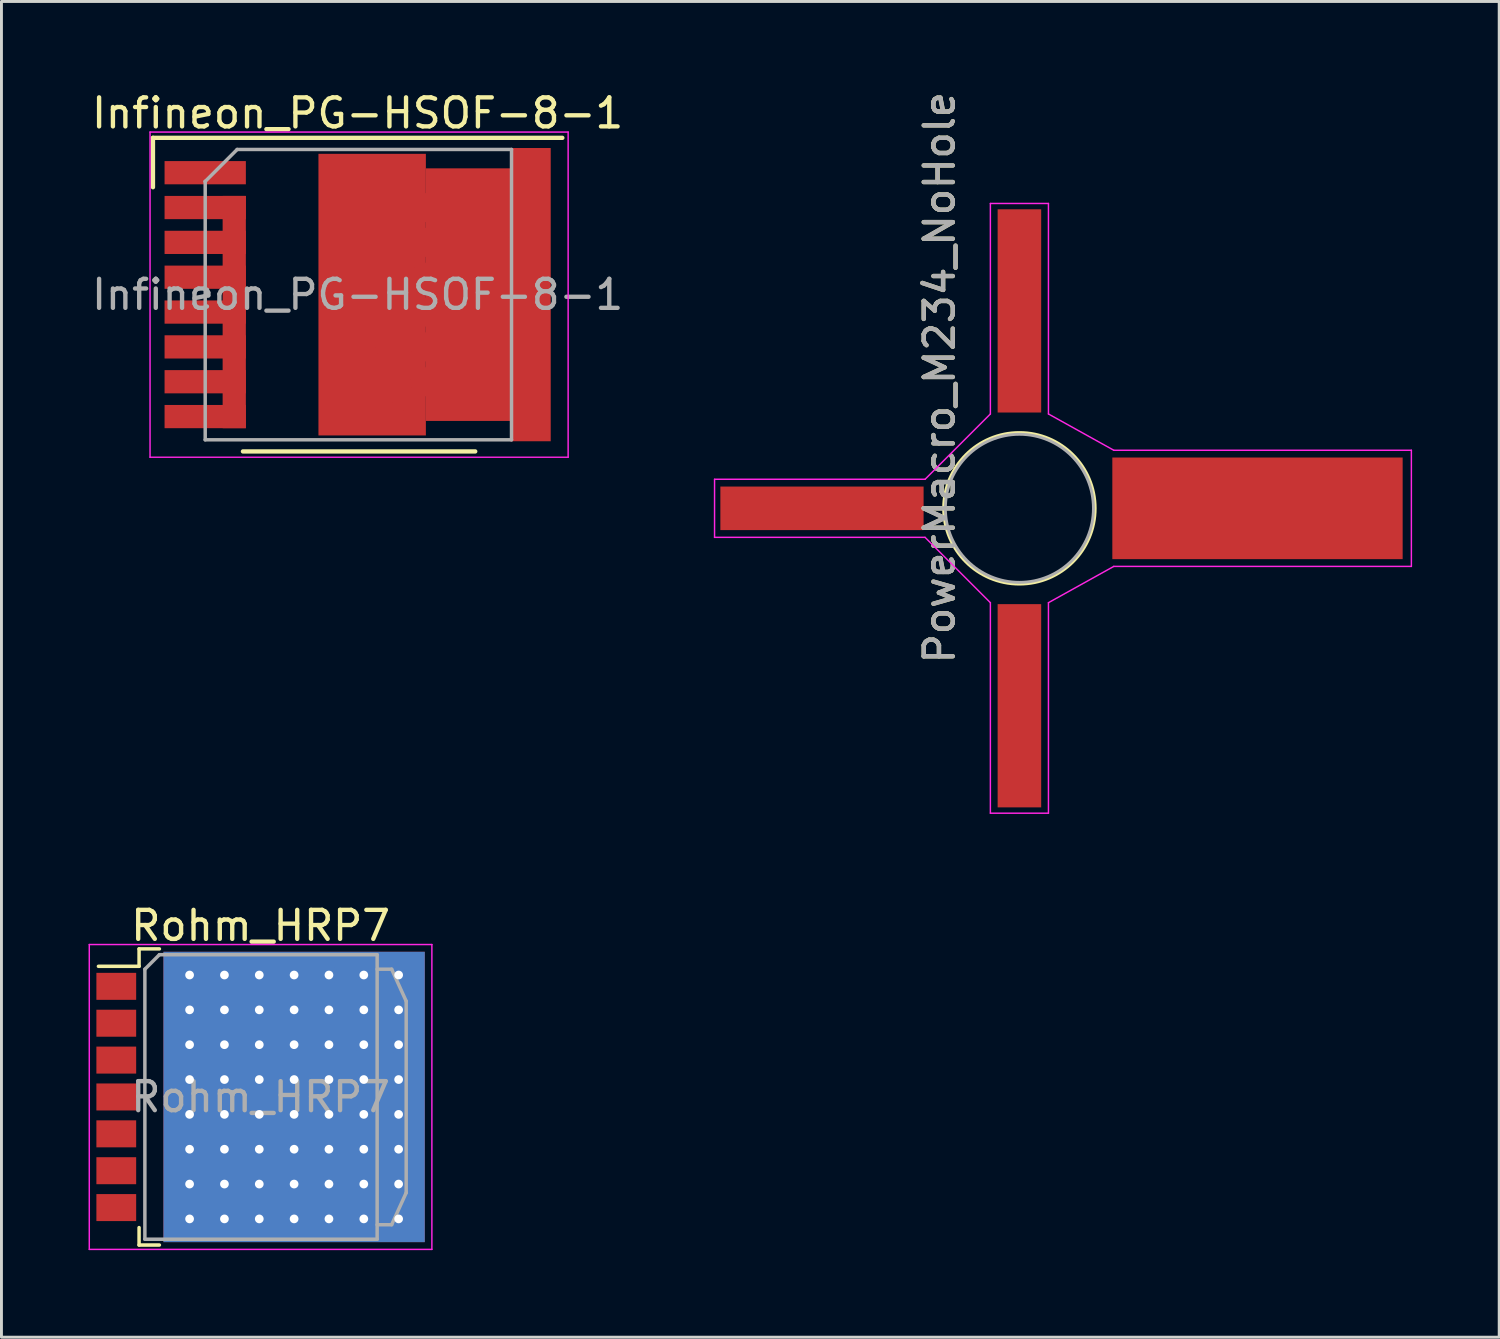
<source format=kicad_pcb>
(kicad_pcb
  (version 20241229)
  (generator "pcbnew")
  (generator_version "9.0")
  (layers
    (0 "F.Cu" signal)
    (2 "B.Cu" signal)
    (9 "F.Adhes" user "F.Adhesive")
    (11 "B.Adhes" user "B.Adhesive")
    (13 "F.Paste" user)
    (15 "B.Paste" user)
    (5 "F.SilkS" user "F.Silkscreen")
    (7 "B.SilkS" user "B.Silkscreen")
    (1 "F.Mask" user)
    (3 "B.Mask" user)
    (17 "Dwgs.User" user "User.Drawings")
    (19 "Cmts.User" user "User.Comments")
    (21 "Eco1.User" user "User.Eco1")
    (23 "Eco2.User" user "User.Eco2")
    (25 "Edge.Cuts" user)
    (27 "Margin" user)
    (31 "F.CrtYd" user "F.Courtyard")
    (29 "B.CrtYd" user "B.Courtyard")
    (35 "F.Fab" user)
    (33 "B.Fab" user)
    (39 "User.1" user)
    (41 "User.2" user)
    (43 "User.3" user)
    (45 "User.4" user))
  (footprint "PowerMacro_M234_NoHole"
    (layer "F.Cu")
    (at 32.761 14.458)
    (property "Reference" "PowerMacro_M234_NoHole" (at -3.45 -4.5 90) (layer "F.SilkS") (effects (font (size 1 1) (thickness 0.15))))
    (attr smd)
    (fp_circle (center -0.7 0) (end -0.7 -2.6) (stroke (width 0.12) (type solid)) (fill no) (layer "F.SilkS"))
    (fp_line (start -11.2 -1) (end -11.2 1) (stroke (width 0.05) (type solid)) (layer "F.CrtYd"))
    (fp_line (start -11.2 1) (end -3.95 1) (stroke (width 0.05) (type solid)) (layer "F.CrtYd"))
    (fp_line (start -3.95 -1) (end -11.2 -1) (stroke (width 0.05) (type solid)) (layer "F.CrtYd"))
    (fp_line (start -3.95 1) (end -1.7 3.25) (stroke (width 0.05) (type solid)) (layer "F.CrtYd"))
    (fp_line (start -1.7 -10.5) (end -1.7 -3.25) (stroke (width 0.05) (type solid)) (layer "F.CrtYd"))
    (fp_line (start -1.7 -3.25) (end -3.95 -1) (stroke (width 0.05) (type solid)) (layer "F.CrtYd"))
    (fp_line (start -1.7 3.25) (end -1.7 10.5) (stroke (width 0.05) (type solid)) (layer "F.CrtYd"))
    (fp_line (start -1.7 10.5) (end 0.3 10.5) (stroke (width 0.05) (type solid)) (layer "F.CrtYd"))
    (fp_line (start 0.3 -10.5) (end -1.7 -10.5) (stroke (width 0.05) (type solid)) (layer "F.CrtYd"))
    (fp_line (start 0.3 -3.25) (end 0.3 -10.5) (stroke (width 0.05) (type solid)) (layer "F.CrtYd"))
    (fp_line (start 0.3 3.25) (end 2.55 2) (stroke (width 0.05) (type solid)) (layer "F.CrtYd"))
    (fp_line (start 0.3 10.5) (end 0.3 3.25) (stroke (width 0.05) (type solid)) (layer "F.CrtYd"))
    (fp_line (start 2.55 -2) (end 0.3 -3.25) (stroke (width 0.05) (type solid)) (layer "F.CrtYd"))
    (fp_line (start 2.55 2) (end 12.8 2) (stroke (width 0.05) (type solid)) (layer "F.CrtYd"))
    (fp_line (start 12.8 -2) (end 2.55 -2) (stroke (width 0.05) (type solid)) (layer "F.CrtYd"))
    (fp_line (start 12.8 2) (end 12.8 -2) (stroke (width 0.05) (type solid)) (layer "F.CrtYd"))
    (fp_circle (center -0.7 0) (end -0.7 -2.55) (stroke (width 0.1) (type solid)) (fill no) (layer "F.Fab"))
    (fp_text user "${REFERENCE}" (at -3.45 -4.5 90) (layer "F.Fab") (effects (font (size 1 1) (thickness 0.15))))
    (pad "1" smd rect (at -7.5 0 90) (size 1.5 7) (layers "F.Cu" "F.Mask" "F.Paste"))
    (pad "2" smd rect (at -0.7 6.8 90) (size 7 1.5) (layers "F.Cu" "F.Mask" "F.Paste"))
    (pad "3" smd rect (at 7.5 0 90) (size 3.5 10) (layers "F.Cu" "F.Mask" "F.Paste"))
    (pad "4" smd rect (at -0.7 -6.8 90) (size 7 1.5) (layers "F.Cu" "F.Mask" "F.Paste")))
  (footprint "Infineon_PG-HSOF-8-1"
    (layer "F.Cu")
    (at 9.268 7.098)
    (property "Reference" "Infineon_PG-HSOF-8-1" (at 0 -6.25 0) (layer "F.SilkS") (effects (font (size 1 1) (thickness 0.15))))
    (attr smd)
    (fp_line (start -7.05 -5.4) (end -7.05 -3.7) (stroke (width 0.15) (type solid)) (layer "F.SilkS"))
    (fp_line (start -3.95 5.4) (end 4.05 5.4) (stroke (width 0.15) (type solid)) (layer "F.SilkS"))
    (fp_line (start 7.05 -5.4) (end -7.05 -5.4) (stroke (width 0.15) (type solid)) (layer "F.SilkS"))
    (fp_line (start -7.15 5.6) (end -7.15 -5.6) (stroke (width 0.05) (type solid)) (layer "F.CrtYd"))
    (fp_line (start -7.15 5.6) (end 7.25 5.6) (stroke (width 0.05) (type solid)) (layer "F.CrtYd"))
    (fp_line (start 7.25 -5.6) (end -7.15 -5.6) (stroke (width 0.05) (type solid)) (layer "F.CrtYd"))
    (fp_line (start 7.25 -5.6) (end 7.25 5.6) (stroke (width 0.05) (type solid)) (layer "F.CrtYd"))
    (fp_line (start -5.25 -3.9) (end -5.25 -3.9) (stroke (width 0.12) (type solid)) (layer "F.Fab"))
    (fp_line (start -5.25 5) (end -5.25 -3.9) (stroke (width 0.12) (type solid)) (layer "F.Fab"))
    (fp_line (start -4.15 -5) (end -5.25 -3.9) (stroke (width 0.12) (type solid)) (layer "F.Fab"))
    (fp_line (start -4.15 -5) (end 5.3 -5) (stroke (width 0.12) (type solid)) (layer "F.Fab"))
    (fp_line (start 5.3 -5) (end 5.3 5) (stroke (width 0.12) (type solid)) (layer "F.Fab"))
    (fp_line (start 5.3 5) (end -5.25 5) (stroke (width 0.12) (type solid)) (layer "F.Fab"))
    (fp_text user "${REFERENCE}" (at 0 0 0) (layer "F.Fab") (effects (font (size 1 1) (thickness 0.15))))
    (pad "1" smd rect (at -5.25 -4.2 270) (size 0.8 2.8) (layers "F.Cu" "F.Mask" "F.Paste"))
    (pad "2" smd rect (at -5.25 -3 270) (size 0.8 2.8) (layers "F.Cu" "F.Mask" "F.Paste"))
    (pad "2" smd rect (at -5.25 -1.8 270) (size 0.8 2.8) (layers "F.Cu" "F.Mask" "F.Paste"))
    (pad "2" smd rect (at -5.25 -0.6 270) (size 0.8 2.8) (layers "F.Cu" "F.Mask" "F.Paste"))
    (pad "2" smd rect (at -5.25 0.6 270) (size 0.8 2.8) (layers "F.Cu" "F.Mask" "F.Paste"))
    (pad "2" smd rect (at -5.25 1.8 270) (size 0.8 2.8) (layers "F.Cu" "F.Mask" "F.Paste"))
    (pad "2" smd rect (at -5.25 3 270) (size 0.8 2.8) (layers "F.Cu" "F.Mask" "F.Paste"))
    (pad "2" smd rect (at -5.25 4.2 270) (size 0.8 2.8) (layers "F.Cu" "F.Mask" "F.Paste"))
    (pad "2" smd rect (at -4.25 0.6 270) (size 8 0.8) (layers "F.Cu" "F.Mask"))
    (pad "3" smd circle (at -0.08 -4.2 270) (size 1 1) (layers "F.Cu" "F.Mask" "F.Paste"))
    (pad "3" smd circle (at -0.08 -3 270) (size 1 1) (layers "F.Cu" "F.Mask" "F.Paste"))
    (pad "3" smd circle (at -0.08 -1.8 270) (size 1 1) (layers "F.Cu" "F.Mask" "F.Paste"))
    (pad "3" smd circle (at -0.08 -0.6 270) (size 1 1) (layers "F.Cu" "F.Mask" "F.Paste"))
    (pad "3" smd circle (at -0.08 0.6 270) (size 1 1) (layers "F.Cu" "F.Mask" "F.Paste"))
    (pad "3" smd circle (at -0.08 1.8 270) (size 1 1) (layers "F.Cu" "F.Mask" "F.Paste"))
    (pad "3" smd circle (at -0.08 3 270) (size 1 1) (layers "F.Cu" "F.Mask" "F.Paste"))
    (pad "3" smd circle (at -0.08 4.2 270) (size 1 1) (layers "F.Cu" "F.Mask" "F.Paste"))
    (pad "3" smd rect (at 0.5 0 270) (size 9.7 3.7) (layers "F.Cu" "F.Mask"))
    (pad "3" smd circle (at 1.12 -4.2 270) (size 1 1) (layers "F.Cu" "F.Mask" "F.Paste"))
    (pad "3" smd circle (at 1.12 -3 270) (size 1 1) (layers "F.Cu" "F.Mask" "F.Paste"))
    (pad "3" smd circle (at 1.12 -1.8 270) (size 1 1) (layers "F.Cu" "F.Mask" "F.Paste"))
    (pad "3" smd circle (at 1.12 -0.6 270) (size 1 1) (layers "F.Cu" "F.Mask" "F.Paste"))
    (pad "3" smd circle (at 1.12 0.6 270) (size 1 1) (layers "F.Cu" "F.Mask" "F.Paste"))
    (pad "3" smd circle (at 1.12 1.8 270) (size 1 1) (layers "F.Cu" "F.Mask" "F.Paste"))
    (pad "3" smd circle (at 1.12 3 270) (size 1 1) (layers "F.Cu" "F.Mask" "F.Paste"))
    (pad "3" smd circle (at 1.12 4.2 270) (size 1 1) (layers "F.Cu" "F.Mask" "F.Paste"))
    (pad "3" smd circle (at 2.32 -3 270) (size 1 1) (layers "F.Cu" "F.Mask" "F.Paste"))
    (pad "3" smd circle (at 2.32 -1.8 270) (size 1 1) (layers "F.Cu" "F.Mask" "F.Paste"))
    (pad "3" smd circle (at 2.32 -0.6 270) (size 1 1) (layers "F.Cu" "F.Mask" "F.Paste"))
    (pad "3" smd circle (at 2.32 0.6 270) (size 1 1) (layers "F.Cu" "F.Mask" "F.Paste"))
    (pad "3" smd circle (at 2.32 1.8 270) (size 1 1) (layers "F.Cu" "F.Mask" "F.Paste"))
    (pad "3" smd circle (at 2.32 3 270) (size 1 1) (layers "F.Cu" "F.Mask" "F.Paste"))
    (pad "3" smd circle (at 3.52 -3 270) (size 1 1) (layers "F.Cu" "F.Mask" "F.Paste"))
    (pad "3" smd circle (at 3.52 -1.8 270) (size 1 1) (layers "F.Cu" "F.Mask" "F.Paste"))
    (pad "3" smd circle (at 3.52 -0.6 270) (size 1 1) (layers "F.Cu" "F.Mask" "F.Paste"))
    (pad "3" smd circle (at 3.52 0.6 270) (size 1 1) (layers "F.Cu" "F.Mask" "F.Paste"))
    (pad "3" smd circle (at 3.52 1.8 270) (size 1 1) (layers "F.Cu" "F.Mask" "F.Paste"))
    (pad "3" smd circle (at 3.52 3 270) (size 1 1) (layers "F.Cu" "F.Mask" "F.Paste"))
    (pad "3" smd rect (at 3.8 0 270) (size 8.7 2.9) (layers "F.Cu" "F.Mask"))
    (pad "3" smd circle (at 4.72 -3 270) (size 1 1) (layers "F.Cu" "F.Mask" "F.Paste"))
    (pad "3" smd circle (at 4.72 -1.8 270) (size 1 1) (layers "F.Cu" "F.Mask" "F.Paste"))
    (pad "3" smd circle (at 4.72 -0.6 270) (size 1 1) (layers "F.Cu" "F.Mask" "F.Paste"))
    (pad "3" smd circle (at 4.72 0.6 270) (size 1 1) (layers "F.Cu" "F.Mask" "F.Paste"))
    (pad "3" smd circle (at 4.72 1.8 270) (size 1 1) (layers "F.Cu" "F.Mask" "F.Paste"))
    (pad "3" smd circle (at 4.72 3 270) (size 1 1) (layers "F.Cu" "F.Mask" "F.Paste"))
    (pad "3" smd rect (at 5.95 0 270) (size 10.1 1.4) (layers "F.Cu" "F.Mask"))
    (pad "3" smd circle (at 6.02 -4.2 270) (size 1 1) (layers "F.Cu" "F.Mask" "F.Paste"))
    (pad "3" smd circle (at 6.02 -3 270) (size 1 1) (layers "F.Cu" "F.Mask" "F.Paste"))
    (pad "3" smd circle (at 6.02 -1.8 270) (size 1 1) (layers "F.Cu" "F.Mask" "F.Paste"))
    (pad "3" smd circle (at 6.02 -0.6 270) (size 1 1) (layers "F.Cu" "F.Mask" "F.Paste"))
    (pad "3" smd circle (at 6.02 0.6 270) (size 1 1) (layers "F.Cu" "F.Mask" "F.Paste"))
    (pad "3" smd circle (at 6.02 1.8 270) (size 1 1) (layers "F.Cu" "F.Mask" "F.Paste"))
    (pad "3" smd circle (at 6.02 3 270) (size 1 1) (layers "F.Cu" "F.Mask" "F.Paste"))
    (pad "3" smd circle (at 6.02 4.2 270) (size 1 1) (layers "F.Cu" "F.Mask" "F.Paste")))
  (footprint "Rohm_HRP7"
    (layer "F.Cu")
    (at 5.925 34.732)
    (property "Reference" "Rohm_HRP7" (at 0 -5.9 0) (layer "F.SilkS") (effects (font (size 1 1) (thickness 0.15))))
    (attr smd)
    (fp_line (start -5.585 -4.5) (end -4.185 -4.5) (stroke (width 0.12) (type solid)) (layer "F.SilkS"))
    (fp_line (start -4.185 -5.1) (end -3.485 -5.1) (stroke (width 0.12) (type solid)) (layer "F.SilkS"))
    (fp_line (start -4.185 -4.5) (end -4.185 -5.1) (stroke (width 0.12) (type solid)) (layer "F.SilkS"))
    (fp_line (start -4.185 5.1) (end -4.185 4.5) (stroke (width 0.12) (type solid)) (layer "F.SilkS"))
    (fp_line (start -3.485 5.1) (end -4.185 5.1) (stroke (width 0.12) (type solid)) (layer "F.SilkS"))
    (fp_line (start -5.9 -5.25) (end -5.9 5.25) (stroke (width 0.05) (type solid)) (layer "F.CrtYd"))
    (fp_line (start -5.9 -5.25) (end 5.9 -5.25) (stroke (width 0.05) (type solid)) (layer "F.CrtYd"))
    (fp_line (start 5.9 5.25) (end -5.9 5.25) (stroke (width 0.05) (type solid)) (layer "F.CrtYd"))
    (fp_line (start 5.9 5.25) (end 5.9 -5.25) (stroke (width 0.05) (type solid)) (layer "F.CrtYd"))
    (fp_line (start -3.985 -4.4) (end -3.485 -4.9) (stroke (width 0.12) (type solid)) (layer "F.Fab"))
    (fp_line (start -3.985 4.9) (end -3.985 -4.4) (stroke (width 0.12) (type solid)) (layer "F.Fab"))
    (fp_line (start -3.485 -4.9) (end 4.015 -4.9) (stroke (width 0.12) (type solid)) (layer "F.Fab"))
    (fp_line (start 4.015 -4.9) (end 4.015 4.9) (stroke (width 0.12) (type solid)) (layer "F.Fab"))
    (fp_line (start 4.015 -4.4) (end 4.515 -4.4) (stroke (width 0.12) (type solid)) (layer "F.Fab"))
    (fp_line (start 4.015 4.9) (end -3.985 4.9) (stroke (width 0.12) (type solid)) (layer "F.Fab"))
    (fp_line (start 4.515 -4.4) (end 5.015 -3.3) (stroke (width 0.12) (type solid)) (layer "F.Fab"))
    (fp_line (start 4.515 4.4) (end 4.015 4.4) (stroke (width 0.12) (type solid)) (layer "F.Fab"))
    (fp_line (start 5.015 -3.3) (end 5.015 3.3) (stroke (width 0.12) (type solid)) (layer "F.Fab"))
    (fp_line (start 5.015 3.3) (end 4.515 4.4) (stroke (width 0.12) (type solid)) (layer "F.Fab"))
    (fp_text user "${REFERENCE}" (at 0 0 0) (layer "F.Fab") (effects (font (size 1 1) (thickness 0.15))))
    (pad "1" smd rect (at -4.97 -3.81) (size 1.37 0.93) (layers "F.Cu" "F.Mask" "F.Paste"))
    (pad "2" smd rect (at -4.97 -2.54) (size 1.37 0.93) (layers "F.Cu" "F.Mask" "F.Paste"))
    (pad "3" smd rect (at -4.97 -1.27) (size 1.37 0.93) (layers "F.Cu" "F.Mask" "F.Paste"))
    (pad "4" smd rect (at -4.97 0) (size 1.37 0.93) (layers "F.Cu" "F.Mask" "F.Paste"))
    (pad "4" thru_hole circle (at -2.445 -4.2) (size 0.6 0.6) (drill 0.3) (layers "*.Cu" "F.Mask"))
    (pad "4" thru_hole circle (at -2.445 -3) (size 0.6 0.6) (drill 0.3) (layers "*.Cu" "F.Mask"))
    (pad "4" thru_hole circle (at -2.445 -1.8) (size 0.6 0.6) (drill 0.3) (layers "*.Cu" "F.Mask"))
    (pad "4" thru_hole circle (at -2.445 -0.6) (size 0.6 0.6) (drill 0.3) (layers "*.Cu" "F.Mask"))
    (pad "4" thru_hole circle (at -2.445 0.6) (size 0.6 0.6) (drill 0.3) (layers "*.Cu" "F.Mask"))
    (pad "4" thru_hole circle (at -2.445 1.8) (size 0.6 0.6) (drill 0.3) (layers "*.Cu" "F.Mask"))
    (pad "4" thru_hole circle (at -2.445 3) (size 0.6 0.6) (drill 0.3) (layers "*.Cu" "F.Mask"))
    (pad "4" thru_hole circle (at -2.445 4.2) (size 0.6 0.6) (drill 0.3) (layers "*.Cu" "F.Mask"))
    (pad "4" thru_hole circle (at -1.245 -4.2) (size 0.6 0.6) (drill 0.3) (layers "*.Cu" "F.Mask"))
    (pad "4" thru_hole circle (at -1.245 -3) (size 0.6 0.6) (drill 0.3) (layers "*.Cu" "F.Mask"))
    (pad "4" thru_hole circle (at -1.245 -1.8) (size 0.6 0.6) (drill 0.3) (layers "*.Cu" "F.Mask"))
    (pad "4" thru_hole circle (at -1.245 -0.6) (size 0.6 0.6) (drill 0.3) (layers "*.Cu" "F.Mask"))
    (pad "4" thru_hole circle (at -1.245 0.6) (size 0.6 0.6) (drill 0.3) (layers "*.Cu" "F.Mask"))
    (pad "4" thru_hole circle (at -1.245 1.8) (size 0.6 0.6) (drill 0.3) (layers "*.Cu" "F.Mask"))
    (pad "4" thru_hole circle (at -1.245 3) (size 0.6 0.6) (drill 0.3) (layers "*.Cu" "F.Mask"))
    (pad "4" thru_hole circle (at -1.245 4.2) (size 0.6 0.6) (drill 0.3) (layers "*.Cu" "F.Mask"))
    (pad "4" smd rect (at -1.095 -2.5) (size 4 4.5) (layers "F.Cu" "F.Mask" "F.Paste"))
    (pad "4" smd rect (at -1.095 2.5) (size 4 4.5) (layers "F.Cu" "F.Mask" "F.Paste"))
    (pad "4" thru_hole circle (at -0.045 -4.2) (size 0.6 0.6) (drill 0.3) (layers "*.Cu" "F.Mask"))
    (pad "4" thru_hole circle (at -0.045 -3) (size 0.6 0.6) (drill 0.3) (layers "*.Cu" "F.Mask"))
    (pad "4" thru_hole circle (at -0.045 -1.8) (size 0.6 0.6) (drill 0.3) (layers "*.Cu" "F.Mask"))
    (pad "4" thru_hole circle (at -0.045 -0.6) (size 0.6 0.6) (drill 0.3) (layers "*.Cu" "F.Mask"))
    (pad "4" thru_hole circle (at -0.045 0.6) (size 0.6 0.6) (drill 0.3) (layers "*.Cu" "F.Mask"))
    (pad "4" thru_hole circle (at -0.045 1.8) (size 0.6 0.6) (drill 0.3) (layers "*.Cu" "F.Mask"))
    (pad "4" thru_hole circle (at -0.045 3) (size 0.6 0.6) (drill 0.3) (layers "*.Cu" "F.Mask"))
    (pad "4" thru_hole circle (at -0.045 4.2) (size 0.6 0.6) (drill 0.3) (layers "*.Cu" "F.Mask"))
    (pad "4" thru_hole circle (at 1.155 -4.2) (size 0.6 0.6) (drill 0.3) (layers "*.Cu" "F.Mask"))
    (pad "4" thru_hole circle (at 1.155 -3) (size 0.6 0.6) (drill 0.3) (layers "*.Cu" "F.Mask"))
    (pad "4" thru_hole circle (at 1.155 -1.8) (size 0.6 0.6) (drill 0.3) (layers "*.Cu" "F.Mask"))
    (pad "4" thru_hole circle (at 1.155 -0.6) (size 0.6 0.6) (drill 0.3) (layers "*.Cu" "F.Mask"))
    (pad "4" smd rect (at 1.155 0) (size 9 10) (layers "F.Cu" "F.Mask"))
    (pad "4" smd rect (at 1.155 0) (size 9 10) (layers "B.Cu"))
    (pad "4" thru_hole circle (at 1.155 0.6) (size 0.6 0.6) (drill 0.3) (layers "*.Cu" "F.Mask"))
    (pad "4" thru_hole circle (at 1.155 1.8) (size 0.6 0.6) (drill 0.3) (layers "*.Cu" "F.Mask"))
    (pad "4" thru_hole circle (at 1.155 3) (size 0.6 0.6) (drill 0.3) (layers "*.Cu" "F.Mask"))
    (pad "4" thru_hole circle (at 1.155 4.2) (size 0.6 0.6) (drill 0.3) (layers "*.Cu" "F.Mask"))
    (pad "4" thru_hole circle (at 2.355 -4.2) (size 0.6 0.6) (drill 0.3) (layers "*.Cu" "F.Mask"))
    (pad "4" thru_hole circle (at 2.355 -3) (size 0.6 0.6) (drill 0.3) (layers "*.Cu" "F.Mask"))
    (pad "4" thru_hole circle (at 2.355 -1.8) (size 0.6 0.6) (drill 0.3) (layers "*.Cu" "F.Mask"))
    (pad "4" thru_hole circle (at 2.355 -0.6) (size 0.6 0.6) (drill 0.3) (layers "*.Cu" "F.Mask"))
    (pad "4" thru_hole circle (at 2.355 0.6) (size 0.6 0.6) (drill 0.3) (layers "*.Cu" "F.Mask"))
    (pad "4" thru_hole circle (at 2.355 1.8) (size 0.6 0.6) (drill 0.3) (layers "*.Cu" "F.Mask"))
    (pad "4" thru_hole circle (at 2.355 3) (size 0.6 0.6) (drill 0.3) (layers "*.Cu" "F.Mask"))
    (pad "4" thru_hole circle (at 2.355 4.2) (size 0.6 0.6) (drill 0.3) (layers "*.Cu" "F.Mask"))
    (pad "4" smd rect (at 3.405 -2.5) (size 4 4.5) (layers "F.Cu" "F.Mask" "F.Paste"))
    (pad "4" smd rect (at 3.405 2.5) (size 4 4.5) (layers "F.Cu" "F.Mask" "F.Paste"))
    (pad "4" thru_hole circle (at 3.555 -4.2) (size 0.6 0.6) (drill 0.3) (layers "*.Cu" "F.Mask"))
    (pad "4" thru_hole circle (at 3.555 -3) (size 0.6 0.6) (drill 0.3) (layers "*.Cu" "F.Mask"))
    (pad "4" thru_hole circle (at 3.555 -1.8) (size 0.6 0.6) (drill 0.3) (layers "*.Cu" "F.Mask"))
    (pad "4" thru_hole circle (at 3.555 -0.6) (size 0.6 0.6) (drill 0.3) (layers "*.Cu" "F.Mask"))
    (pad "4" thru_hole circle (at 3.555 0.6) (size 0.6 0.6) (drill 0.3) (layers "*.Cu" "F.Mask"))
    (pad "4" thru_hole circle (at 3.555 1.8) (size 0.6 0.6) (drill 0.3) (layers "*.Cu" "F.Mask"))
    (pad "4" thru_hole circle (at 3.555 3) (size 0.6 0.6) (drill 0.3) (layers "*.Cu" "F.Mask"))
    (pad "4" thru_hole circle (at 3.555 4.2) (size 0.6 0.6) (drill 0.3) (layers "*.Cu" "F.Mask"))
    (pad "4" thru_hole circle (at 4.755 -4.2) (size 0.6 0.6) (drill 0.3) (layers "*.Cu" "F.Mask"))
    (pad "4" thru_hole circle (at 4.755 -3) (size 0.6 0.6) (drill 0.3) (layers "*.Cu" "F.Mask"))
    (pad "4" thru_hole circle (at 4.755 -1.8) (size 0.6 0.6) (drill 0.3) (layers "*.Cu" "F.Mask"))
    (pad "4" thru_hole circle (at 4.755 -0.6) (size 0.6 0.6) (drill 0.3) (layers "*.Cu" "F.Mask"))
    (pad "4" thru_hole circle (at 4.755 0.6) (size 0.6 0.6) (drill 0.3) (layers "*.Cu" "F.Mask"))
    (pad "4" thru_hole circle (at 4.755 1.8) (size 0.6 0.6) (drill 0.3) (layers "*.Cu" "F.Mask"))
    (pad "4" thru_hole circle (at 4.755 3) (size 0.6 0.6) (drill 0.3) (layers "*.Cu" "F.Mask"))
    (pad "4" thru_hole circle (at 4.755 4.2) (size 0.6 0.6) (drill 0.3) (layers "*.Cu" "F.Mask"))
    (pad "5" smd rect (at -4.97 1.27) (size 1.37 0.93) (layers "F.Cu" "F.Mask" "F.Paste"))
    (pad "6" smd rect (at -4.97 2.54) (size 1.37 0.93) (layers "F.Cu" "F.Mask" "F.Paste"))
    (pad "7" smd rect (at -4.97 3.81) (size 1.37 0.93) (layers "F.Cu" "F.Mask" "F.Paste")))
  (gr_rect
    (start -3 -3)
    (end 48.586 43.007)
    (stroke (width 0.1) (type default))
    (fill no)
    (layer "Edge.Cuts")))
</source>
